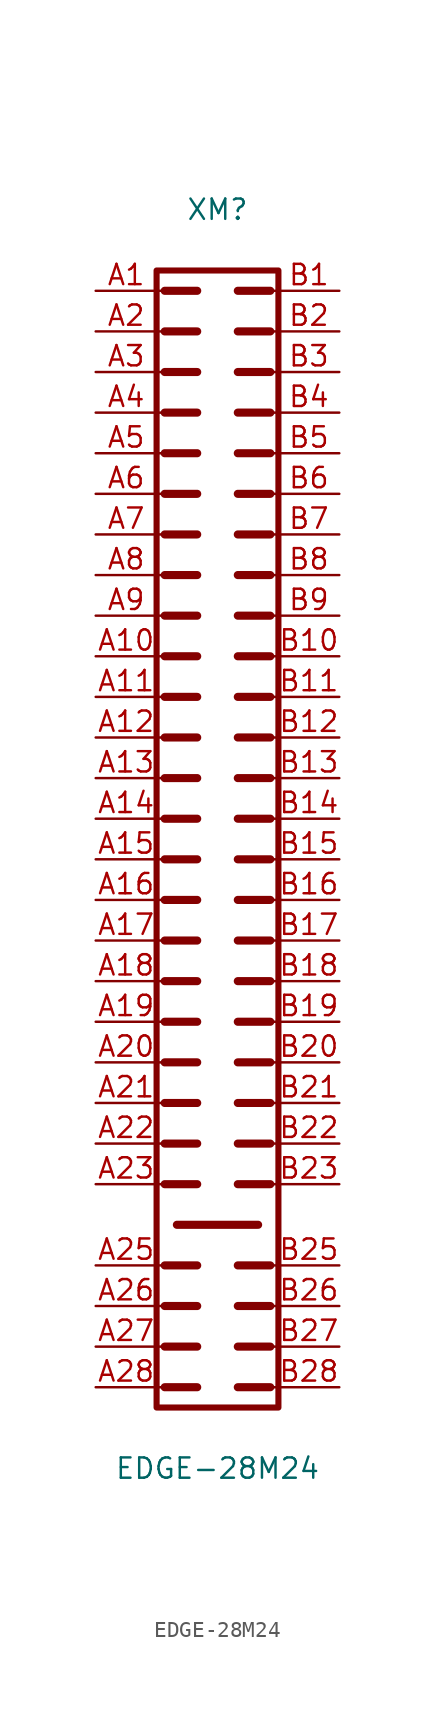
<source format=kicad_sym>
(kicad_symbol_lib
  (version 20231120)
  (generator "kicad_symbol_editor")
  (generator_version "8.0")
  (symbol "EDGE-28M24"
    (pin_names
      (offset 1.016))
    (property "Reference" "XM"
      (at 0 39.37 0)
      (effects (font (size 1.27 1.27))))
    (property "Value" "EDGE-28M24"
      (at 0 -39.37 0)
      (effects (font (size 1.27 1.27))))
    (symbol "EDGE-28M24_0_0"
      (polyline (pts (xy -2.54 -24.13) (xy 2.54 -24.13)) (stroke (width 0.508) (type default)) (fill (type none))))
    (symbol "EDGE-28M24_0_1"
      (rectangle (start -3.81 35.56) (end 3.81 -35.56) (stroke (width 0.381) (type default)) (fill (type none)))
      (polyline (pts (xy -3.81 -34.29) (xy -3.302 -34.29)) (stroke (width 0) (type default)) (fill (type none)))
      (polyline (pts (xy -3.81 -31.75) (xy -3.302 -31.75)) (stroke (width 0) (type default)) (fill (type none)))
      (polyline (pts (xy -3.81 -29.21) (xy -3.302 -29.21)) (stroke (width 0) (type default)) (fill (type none)))
      (polyline (pts (xy -3.81 -26.67) (xy -3.302 -26.67)) (stroke (width 0) (type default)) (fill (type none)))
      (polyline (pts (xy -3.81 -21.59) (xy -3.302 -21.59)) (stroke (width 0) (type default)) (fill (type none)))
      (polyline (pts (xy -3.81 -19.05) (xy -3.302 -19.05)) (stroke (width 0) (type default)) (fill (type none)))
      (polyline (pts (xy -3.81 -16.51) (xy -3.302 -16.51)) (stroke (width 0) (type default)) (fill (type none)))
      (polyline (pts (xy -3.81 -13.97) (xy -3.302 -13.97)) (stroke (width 0) (type default)) (fill (type none)))
      (polyline (pts (xy -3.81 -11.43) (xy -3.302 -11.43)) (stroke (width 0) (type default)) (fill (type none)))
      (polyline (pts (xy -3.81 -8.89) (xy -3.302 -8.89)) (stroke (width 0) (type default)) (fill (type none)))
      (polyline (pts (xy -3.81 -6.35) (xy -3.302 -6.35)) (stroke (width 0) (type default)) (fill (type none)))
      (polyline (pts (xy -3.81 -3.81) (xy -3.302 -3.81)) (stroke (width 0) (type default)) (fill (type none)))
      (polyline (pts (xy -3.81 -1.27) (xy -3.302 -1.27)) (stroke (width 0) (type default)) (fill (type none)))
      (polyline (pts (xy -3.81 1.27) (xy -3.302 1.27)) (stroke (width 0) (type default)) (fill (type none)))
      (polyline (pts (xy -3.81 3.81) (xy -3.302 3.81)) (stroke (width 0) (type default)) (fill (type none)))
      (polyline (pts (xy -3.81 6.35) (xy -3.302 6.35)) (stroke (width 0) (type default)) (fill (type none)))
      (polyline (pts (xy -3.81 8.89) (xy -3.302 8.89)) (stroke (width 0) (type default)) (fill (type none)))
      (polyline (pts (xy -3.81 11.43) (xy -3.302 11.43)) (stroke (width 0) (type default)) (fill (type none)))
      (polyline (pts (xy -3.81 13.97) (xy -3.302 13.97)) (stroke (width 0) (type default)) (fill (type none)))
      (polyline (pts (xy -3.81 16.51) (xy -3.302 16.51)) (stroke (width 0) (type default)) (fill (type none)))
      (polyline (pts (xy -3.81 19.05) (xy -3.302 19.05)) (stroke (width 0) (type default)) (fill (type none)))
      (polyline (pts (xy -3.81 21.59) (xy -3.302 21.59)) (stroke (width 0) (type default)) (fill (type none)))
      (polyline (pts (xy -3.81 24.13) (xy -3.302 24.13)) (stroke (width 0) (type default)) (fill (type none)))
      (polyline (pts (xy -3.81 26.67) (xy -3.302 26.67)) (stroke (width 0) (type default)) (fill (type none)))
      (polyline (pts (xy -3.81 29.21) (xy -3.302 29.21)) (stroke (width 0) (type default)) (fill (type none)))
      (polyline (pts (xy -3.81 31.75) (xy -3.302 31.75)) (stroke (width 0) (type default)) (fill (type none)))
      (polyline (pts (xy -3.81 34.29) (xy -3.302 34.29)) (stroke (width 0) (type default)) (fill (type none)))
      (polyline (pts (xy -3.302 -34.29) (xy -1.27 -34.29)) (stroke (width 0.508) (type default)) (fill (type none)))
      (polyline (pts (xy -3.302 -31.75) (xy -1.27 -31.75)) (stroke (width 0.508) (type default)) (fill (type none)))
      (polyline (pts (xy -3.302 -29.21) (xy -1.27 -29.21)) (stroke (width 0.508) (type default)) (fill (type none)))
      (polyline (pts (xy -3.302 -26.67) (xy -1.27 -26.67)) (stroke (width 0.508) (type default)) (fill (type none)))
      (polyline (pts (xy -3.302 -21.59) (xy -1.27 -21.59)) (stroke (width 0.508) (type default)) (fill (type none)))
      (polyline (pts (xy -3.302 -19.05) (xy -1.27 -19.05)) (stroke (width 0.508) (type default)) (fill (type none)))
      (polyline (pts (xy -3.302 -16.51) (xy -1.27 -16.51)) (stroke (width 0.508) (type default)) (fill (type none)))
      (polyline (pts (xy -3.302 -13.97) (xy -1.27 -13.97)) (stroke (width 0.508) (type default)) (fill (type none)))
      (polyline (pts (xy -3.302 -11.43) (xy -1.27 -11.43)) (stroke (width 0.508) (type default)) (fill (type none)))
      (polyline (pts (xy -3.302 -8.89) (xy -1.27 -8.89)) (stroke (width 0.508) (type default)) (fill (type none)))
      (polyline (pts (xy -3.302 -6.35) (xy -1.27 -6.35)) (stroke (width 0.508) (type default)) (fill (type none)))
      (polyline (pts (xy -3.302 -3.81) (xy -1.27 -3.81)) (stroke (width 0.508) (type default)) (fill (type none)))
      (polyline (pts (xy -3.302 -1.27) (xy -1.27 -1.27)) (stroke (width 0.508) (type default)) (fill (type none)))
      (polyline (pts (xy -3.302 1.27) (xy -1.27 1.27)) (stroke (width 0.508) (type default)) (fill (type none)))
      (polyline (pts (xy -3.302 3.81) (xy -1.27 3.81)) (stroke (width 0.508) (type default)) (fill (type none)))
      (polyline (pts (xy -3.302 6.35) (xy -1.27 6.35)) (stroke (width 0.508) (type default)) (fill (type none)))
      (polyline (pts (xy -3.302 8.89) (xy -1.27 8.89)) (stroke (width 0.508) (type default)) (fill (type none)))
      (polyline (pts (xy -3.302 11.43) (xy -1.27 11.43)) (stroke (width 0.508) (type default)) (fill (type none)))
      (polyline (pts (xy -3.302 13.97) (xy -1.27 13.97)) (stroke (width 0.508) (type default)) (fill (type none)))
      (polyline (pts (xy -3.302 16.51) (xy -1.27 16.51)) (stroke (width 0.508) (type default)) (fill (type none)))
      (polyline (pts (xy -3.302 19.05) (xy -1.27 19.05)) (stroke (width 0.508) (type default)) (fill (type none)))
      (polyline (pts (xy -3.302 21.59) (xy -1.27 21.59)) (stroke (width 0.508) (type default)) (fill (type none)))
      (polyline (pts (xy -3.302 24.13) (xy -1.27 24.13)) (stroke (width 0.508) (type default)) (fill (type none)))
      (polyline (pts (xy -3.302 26.67) (xy -1.27 26.67)) (stroke (width 0.508) (type default)) (fill (type none)))
      (polyline (pts (xy -3.302 29.21) (xy -1.27 29.21)) (stroke (width 0.508) (type default)) (fill (type none)))
      (polyline (pts (xy -3.302 31.75) (xy -1.27 31.75)) (stroke (width 0.508) (type default)) (fill (type none)))
      (polyline (pts (xy -3.302 34.29) (xy -1.27 34.29)) (stroke (width 0.508) (type default)) (fill (type none)))
      (polyline (pts (xy 3.302 -34.29) (xy 1.27 -34.29)) (stroke (width 0.508) (type default)) (fill (type none)))
      (polyline (pts (xy 3.302 -31.75) (xy 1.27 -31.75)) (stroke (width 0.508) (type default)) (fill (type none)))
      (polyline (pts (xy 3.302 -29.21) (xy 1.27 -29.21)) (stroke (width 0.508) (type default)) (fill (type none)))
      (polyline (pts (xy 3.302 -26.67) (xy 1.27 -26.67)) (stroke (width 0.508) (type default)) (fill (type none)))
      (polyline (pts (xy 3.302 -21.59) (xy 1.27 -21.59)) (stroke (width 0.508) (type default)) (fill (type none)))
      (polyline (pts (xy 3.302 -19.05) (xy 1.27 -19.05)) (stroke (width 0.508) (type default)) (fill (type none)))
      (polyline (pts (xy 3.302 -16.51) (xy 1.27 -16.51)) (stroke (width 0.508) (type default)) (fill (type none)))
      (polyline (pts (xy 3.302 -13.97) (xy 1.27 -13.97)) (stroke (width 0.508) (type default)) (fill (type none)))
      (polyline (pts (xy 3.302 -11.43) (xy 1.27 -11.43)) (stroke (width 0.508) (type default)) (fill (type none)))
      (polyline (pts (xy 3.302 -8.89) (xy 1.27 -8.89)) (stroke (width 0.508) (type default)) (fill (type none)))
      (polyline (pts (xy 3.302 -6.35) (xy 1.27 -6.35)) (stroke (width 0.508) (type default)) (fill (type none)))
      (polyline (pts (xy 3.302 -3.81) (xy 1.27 -3.81)) (stroke (width 0.508) (type default)) (fill (type none)))
      (polyline (pts (xy 3.302 -1.27) (xy 1.27 -1.27)) (stroke (width 0.508) (type default)) (fill (type none)))
      (polyline (pts (xy 3.302 1.27) (xy 1.27 1.27)) (stroke (width 0.508) (type default)) (fill (type none)))
      (polyline (pts (xy 3.302 3.81) (xy 1.27 3.81)) (stroke (width 0.508) (type default)) (fill (type none)))
      (polyline (pts (xy 3.302 6.35) (xy 1.27 6.35)) (stroke (width 0.508) (type default)) (fill (type none)))
      (polyline (pts (xy 3.302 8.89) (xy 1.27 8.89)) (stroke (width 0.508) (type default)) (fill (type none)))
      (polyline (pts (xy 3.302 11.43) (xy 1.27 11.43)) (stroke (width 0.508) (type default)) (fill (type none)))
      (polyline (pts (xy 3.302 13.97) (xy 1.27 13.97)) (stroke (width 0.508) (type default)) (fill (type none)))
      (polyline (pts (xy 3.302 16.51) (xy 1.27 16.51)) (stroke (width 0.508) (type default)) (fill (type none)))
      (polyline (pts (xy 3.302 19.05) (xy 1.27 19.05)) (stroke (width 0.508) (type default)) (fill (type none)))
      (polyline (pts (xy 3.302 21.59) (xy 1.27 21.59)) (stroke (width 0.508) (type default)) (fill (type none)))
      (polyline (pts (xy 3.302 24.13) (xy 1.27 24.13)) (stroke (width 0.508) (type default)) (fill (type none)))
      (polyline (pts (xy 3.302 26.67) (xy 1.27 26.67)) (stroke (width 0.508) (type default)) (fill (type none)))
      (polyline (pts (xy 3.302 29.21) (xy 1.27 29.21)) (stroke (width 0.508) (type default)) (fill (type none)))
      (polyline (pts (xy 3.302 31.75) (xy 1.27 31.75)) (stroke (width 0.508) (type default)) (fill (type none)))
      (polyline (pts (xy 3.302 34.29) (xy 1.27 34.29)) (stroke (width 0.508) (type default)) (fill (type none)))
      (polyline (pts (xy 3.81 -34.29) (xy 3.302 -34.29)) (stroke (width 0) (type default)) (fill (type none)))
      (polyline (pts (xy 3.81 -31.75) (xy 3.302 -31.75)) (stroke (width 0) (type default)) (fill (type none)))
      (polyline (pts (xy 3.81 -29.21) (xy 3.302 -29.21)) (stroke (width 0) (type default)) (fill (type none)))
      (polyline (pts (xy 3.81 -26.67) (xy 3.302 -26.67)) (stroke (width 0) (type default)) (fill (type none)))
      (polyline (pts (xy 3.81 -21.59) (xy 3.302 -21.59)) (stroke (width 0) (type default)) (fill (type none)))
      (polyline (pts (xy 3.81 -19.05) (xy 3.302 -19.05)) (stroke (width 0) (type default)) (fill (type none)))
      (polyline (pts (xy 3.81 -16.51) (xy 3.302 -16.51)) (stroke (width 0) (type default)) (fill (type none)))
      (polyline (pts (xy 3.81 -13.97) (xy 3.302 -13.97)) (stroke (width 0) (type default)) (fill (type none)))
      (polyline (pts (xy 3.81 -11.43) (xy 3.302 -11.43)) (stroke (width 0) (type default)) (fill (type none)))
      (polyline (pts (xy 3.81 -8.89) (xy 3.302 -8.89)) (stroke (width 0) (type default)) (fill (type none)))
      (polyline (pts (xy 3.81 -6.35) (xy 3.302 -6.35)) (stroke (width 0) (type default)) (fill (type none)))
      (polyline (pts (xy 3.81 -3.81) (xy 3.302 -3.81)) (stroke (width 0) (type default)) (fill (type none)))
      (polyline (pts (xy 3.81 -1.27) (xy 3.302 -1.27)) (stroke (width 0) (type default)) (fill (type none)))
      (polyline (pts (xy 3.81 1.27) (xy 3.302 1.27)) (stroke (width 0) (type default)) (fill (type none)))
      (polyline (pts (xy 3.81 3.81) (xy 3.302 3.81)) (stroke (width 0) (type default)) (fill (type none)))
      (polyline (pts (xy 3.81 6.35) (xy 3.302 6.35)) (stroke (width 0) (type default)) (fill (type none)))
      (polyline (pts (xy 3.81 8.89) (xy 3.302 8.89)) (stroke (width 0) (type default)) (fill (type none)))
      (polyline (pts (xy 3.81 11.43) (xy 3.302 11.43)) (stroke (width 0) (type default)) (fill (type none)))
      (polyline (pts (xy 3.81 13.97) (xy 3.302 13.97)) (stroke (width 0) (type default)) (fill (type none)))
      (polyline (pts (xy 3.81 16.51) (xy 3.302 16.51)) (stroke (width 0) (type default)) (fill (type none)))
      (polyline (pts (xy 3.81 19.05) (xy 3.302 19.05)) (stroke (width 0) (type default)) (fill (type none)))
      (polyline (pts (xy 3.81 21.59) (xy 3.302 21.59)) (stroke (width 0) (type default)) (fill (type none)))
      (polyline (pts (xy 3.81 24.13) (xy 3.302 24.13)) (stroke (width 0) (type default)) (fill (type none)))
      (polyline (pts (xy 3.81 26.67) (xy 3.302 26.67)) (stroke (width 0) (type default)) (fill (type none)))
      (polyline (pts (xy 3.81 29.21) (xy 3.302 29.21)) (stroke (width 0) (type default)) (fill (type none)))
      (polyline (pts (xy 3.81 31.75) (xy 3.302 31.75)) (stroke (width 0) (type default)) (fill (type none)))
      (polyline (pts (xy 3.81 34.29) (xy 3.302 34.29)) (stroke (width 0) (type default)) (fill (type none))))
    (symbol "EDGE-28M24_1_1"
      (pin passive line (at -7.62 34.29 0) (length 3.81) (name "~" (effects (font (size 1.27 1.27)))) (number "A1" (effects (font (size 1.27 1.27)))))
      (pin passive line (at -7.62 11.43 0) (length 3.81) (name "~" (effects (font (size 1.27 1.27)))) (number "A10" (effects (font (size 1.27 1.27)))))
      (pin passive line (at -7.62 8.89 0) (length 3.81) (name "~" (effects (font (size 1.27 1.27)))) (number "A11" (effects (font (size 1.27 1.27)))))
      (pin passive line (at -7.62 6.35 0) (length 3.81) (name "~" (effects (font (size 1.27 1.27)))) (number "A12" (effects (font (size 1.27 1.27)))))
      (pin passive line (at -7.62 3.81 0) (length 3.81) (name "~" (effects (font (size 1.27 1.27)))) (number "A13" (effects (font (size 1.27 1.27)))))
      (pin passive line (at -7.62 1.27 0) (length 3.81) (name "~" (effects (font (size 1.27 1.27)))) (number "A14" (effects (font (size 1.27 1.27)))))
      (pin passive line (at -7.62 -1.27 0) (length 3.81) (name "~" (effects (font (size 1.27 1.27)))) (number "A15" (effects (font (size 1.27 1.27)))))
      (pin passive line (at -7.62 -3.81 0) (length 3.81) (name "~" (effects (font (size 1.27 1.27)))) (number "A16" (effects (font (size 1.27 1.27)))))
      (pin passive line (at -7.62 -6.35 0) (length 3.81) (name "~" (effects (font (size 1.27 1.27)))) (number "A17" (effects (font (size 1.27 1.27)))))
      (pin passive line (at -7.62 -8.89 0) (length 3.81) (name "~" (effects (font (size 1.27 1.27)))) (number "A18" (effects (font (size 1.27 1.27)))))
      (pin passive line (at -7.62 -11.43 0) (length 3.81) (name "~" (effects (font (size 1.27 1.27)))) (number "A19" (effects (font (size 1.27 1.27)))))
      (pin passive line (at -7.62 31.75 0) (length 3.81) (name "~" (effects (font (size 1.27 1.27)))) (number "A2" (effects (font (size 1.27 1.27)))))
      (pin passive line (at -7.62 -13.97 0) (length 3.81) (name "~" (effects (font (size 1.27 1.27)))) (number "A20" (effects (font (size 1.27 1.27)))))
      (pin passive line (at -7.62 -16.51 0) (length 3.81) (name "~" (effects (font (size 1.27 1.27)))) (number "A21" (effects (font (size 1.27 1.27)))))
      (pin passive line (at -7.62 -19.05 0) (length 3.81) (name "~" (effects (font (size 1.27 1.27)))) (number "A22" (effects (font (size 1.27 1.27)))))
      (pin passive line (at -7.62 -21.59 0) (length 3.81) (name "~" (effects (font (size 1.27 1.27)))) (number "A23" (effects (font (size 1.27 1.27)))))
      (pin passive line (at -7.62 -26.67 0) (length 3.81) (name "~" (effects (font (size 1.27 1.27)))) (number "A25" (effects (font (size 1.27 1.27)))))
      (pin passive line (at -7.62 -29.21 0) (length 3.81) (name "~" (effects (font (size 1.27 1.27)))) (number "A26" (effects (font (size 1.27 1.27)))))
      (pin passive line (at -7.62 -31.75 0) (length 3.81) (name "~" (effects (font (size 1.27 1.27)))) (number "A27" (effects (font (size 1.27 1.27)))))
      (pin passive line (at -7.62 -34.29 0) (length 3.81) (name "~" (effects (font (size 1.27 1.27)))) (number "A28" (effects (font (size 1.27 1.27)))))
      (pin passive line (at -7.62 29.21 0) (length 3.81) (name "~" (effects (font (size 1.27 1.27)))) (number "A3" (effects (font (size 1.27 1.27)))))
      (pin passive line (at -7.62 26.67 0) (length 3.81) (name "~" (effects (font (size 1.27 1.27)))) (number "A4" (effects (font (size 1.27 1.27)))))
      (pin passive line (at -7.62 24.13 0) (length 3.81) (name "~" (effects (font (size 1.27 1.27)))) (number "A5" (effects (font (size 1.27 1.27)))))
      (pin passive line (at -7.62 21.59 0) (length 3.81) (name "~" (effects (font (size 1.27 1.27)))) (number "A6" (effects (font (size 1.27 1.27)))))
      (pin passive line (at -7.62 19.05 0) (length 3.81) (name "~" (effects (font (size 1.27 1.27)))) (number "A7" (effects (font (size 1.27 1.27)))))
      (pin passive line (at -7.62 16.51 0) (length 3.81) (name "~" (effects (font (size 1.27 1.27)))) (number "A8" (effects (font (size 1.27 1.27)))))
      (pin passive line (at -7.62 13.97 0) (length 3.81) (name "~" (effects (font (size 1.27 1.27)))) (number "A9" (effects (font (size 1.27 1.27)))))
      (pin passive line (at 7.62 34.29 180) (length 3.81) (name "~" (effects (font (size 1.27 1.27)))) (number "B1" (effects (font (size 1.27 1.27)))))
      (pin passive line (at 7.62 11.43 180) (length 3.81) (name "~" (effects (font (size 1.27 1.27)))) (number "B10" (effects (font (size 1.27 1.27)))))
      (pin passive line (at 7.62 8.89 180) (length 3.81) (name "~" (effects (font (size 1.27 1.27)))) (number "B11" (effects (font (size 1.27 1.27)))))
      (pin passive line (at 7.62 6.35 180) (length 3.81) (name "~" (effects (font (size 1.27 1.27)))) (number "B12" (effects (font (size 1.27 1.27)))))
      (pin passive line (at 7.62 3.81 180) (length 3.81) (name "~" (effects (font (size 1.27 1.27)))) (number "B13" (effects (font (size 1.27 1.27)))))
      (pin passive line (at 7.62 1.27 180) (length 3.81) (name "~" (effects (font (size 1.27 1.27)))) (number "B14" (effects (font (size 1.27 1.27)))))
      (pin passive line (at 7.62 -1.27 180) (length 3.81) (name "~" (effects (font (size 1.27 1.27)))) (number "B15" (effects (font (size 1.27 1.27)))))
      (pin passive line (at 7.62 -3.81 180) (length 3.81) (name "~" (effects (font (size 1.27 1.27)))) (number "B16" (effects (font (size 1.27 1.27)))))
      (pin passive line (at 7.62 -6.35 180) (length 3.81) (name "~" (effects (font (size 1.27 1.27)))) (number "B17" (effects (font (size 1.27 1.27)))))
      (pin passive line (at 7.62 -8.89 180) (length 3.81) (name "~" (effects (font (size 1.27 1.27)))) (number "B18" (effects (font (size 1.27 1.27)))))
      (pin passive line (at 7.62 -11.43 180) (length 3.81) (name "~" (effects (font (size 1.27 1.27)))) (number "B19" (effects (font (size 1.27 1.27)))))
      (pin passive line (at 7.62 31.75 180) (length 3.81) (name "~" (effects (font (size 1.27 1.27)))) (number "B2" (effects (font (size 1.27 1.27)))))
      (pin passive line (at 7.62 -13.97 180) (length 3.81) (name "~" (effects (font (size 1.27 1.27)))) (number "B20" (effects (font (size 1.27 1.27)))))
      (pin passive line (at 7.62 -16.51 180) (length 3.81) (name "~" (effects (font (size 1.27 1.27)))) (number "B21" (effects (font (size 1.27 1.27)))))
      (pin passive line (at 7.62 -19.05 180) (length 3.81) (name "~" (effects (font (size 1.27 1.27)))) (number "B22" (effects (font (size 1.27 1.27)))))
      (pin passive line (at 7.62 -21.59 180) (length 3.81) (name "~" (effects (font (size 1.27 1.27)))) (number "B23" (effects (font (size 1.27 1.27)))))
      (pin passive line (at 7.62 -26.67 180) (length 3.81) (name "~" (effects (font (size 1.27 1.27)))) (number "B25" (effects (font (size 1.27 1.27)))))
      (pin passive line (at 7.62 -29.21 180) (length 3.81) (name "~" (effects (font (size 1.27 1.27)))) (number "B26" (effects (font (size 1.27 1.27)))))
      (pin passive line (at 7.62 -31.75 180) (length 3.81) (name "~" (effects (font (size 1.27 1.27)))) (number "B27" (effects (font (size 1.27 1.27)))))
      (pin passive line (at 7.62 -34.29 180) (length 3.81) (name "~" (effects (font (size 1.27 1.27)))) (number "B28" (effects (font (size 1.27 1.27)))))
      (pin passive line (at 7.62 29.21 180) (length 3.81) (name "~" (effects (font (size 1.27 1.27)))) (number "B3" (effects (font (size 1.27 1.27)))))
      (pin passive line (at 7.62 26.67 180) (length 3.81) (name "~" (effects (font (size 1.27 1.27)))) (number "B4" (effects (font (size 1.27 1.27)))))
      (pin passive line (at 7.62 24.13 180) (length 3.81) (name "~" (effects (font (size 1.27 1.27)))) (number "B5" (effects (font (size 1.27 1.27)))))
      (pin passive line (at 7.62 21.59 180) (length 3.81) (name "~" (effects (font (size 1.27 1.27)))) (number "B6" (effects (font (size 1.27 1.27)))))
      (pin passive line (at 7.62 19.05 180) (length 3.81) (name "~" (effects (font (size 1.27 1.27)))) (number "B7" (effects (font (size 1.27 1.27)))))
      (pin passive line (at 7.62 16.51 180) (length 3.81) (name "~" (effects (font (size 1.27 1.27)))) (number "B8" (effects (font (size 1.27 1.27)))))
      (pin passive line (at 7.62 13.97 180) (length 3.81) (name "~" (effects (font (size 1.27 1.27)))) (number "B9" (effects (font (size 1.27 1.27))))))))
</source>
